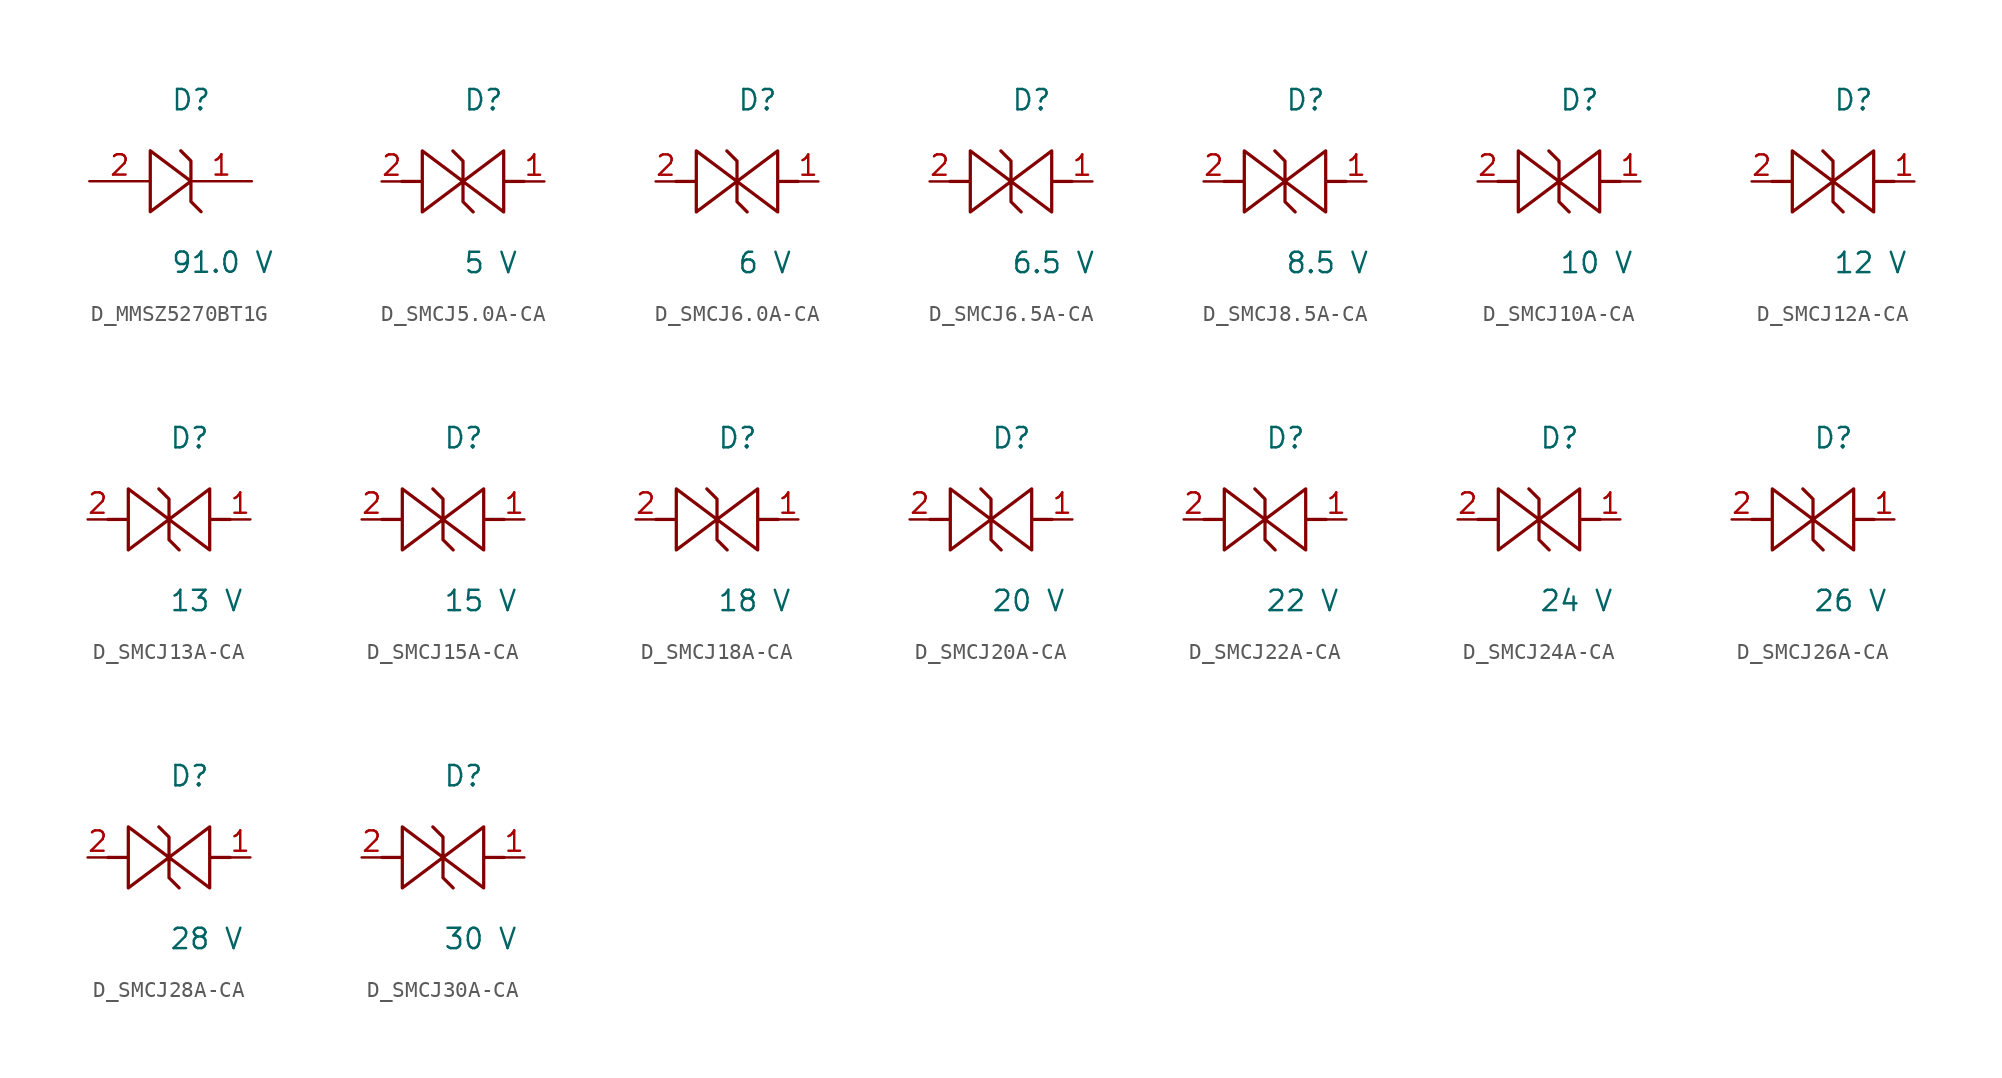
<source format=kicad_sym>
(kicad_symbol_lib
  (version 20231120)
  (generator kicad_symbol_editor)
  (generator_version 8.0)
  (symbol "D_MMSZ5270BT1G"
    (pin_names
      (offset 0.254))
    (property "Reference" "D"
      (at 0.0 5.08 0)
      (effects (font (size 1.27 1.27)) (justify left)))
    (property "Value" "91.0 V"
      (at 0.0 -5.08 0)
      (effects (font (size 1.27 1.27)) (justify left)))
    (symbol "D_MMSZ5270BT1G_1_0"
      (polyline (pts (xy 0.635 1.905) (xy 1.27 1.27) (xy 1.27 0) (xy -1.27 1.905) (xy -1.27 -1.905) (xy 1.27 0) (xy 1.27 -1.27) (xy 1.905 -1.905)) (stroke (width 0.203) (type default)) (fill (type none)))
      (pin unspecified line (at 5.08 0 180) (length 3.81) (name "" (effects (font (size 1.27 1.27)))) (number "1" (effects (font (size 1.27 1.27)))))
      (pin unspecified line (at -5.08 0 0) (length 3.81) (name "" (effects (font (size 1.27 1.27)))) (number "2" (effects (font (size 1.27 1.27)))))))
  (symbol "D_SMCJ5.0A-CA"
    (pin_names
      (offset 0.254))
    (property "Reference" "D"
      (at 0.0 5.08 0)
      (effects (font (size 1.27 1.27)) (justify left)))
    (property "Value" "5 V"
      (at 0.0 -5.08 0)
      (effects (font (size 1.27 1.27)) (justify left)))
    (symbol "D_SMCJ5.0A-CA_1_0"
      (polyline (pts (xy 3.81 0) (xy 2.54 0) (xy 2.54 1.905) (xy 0 0) (xy 0 1.27) (xy -0.635 1.905) (xy 0 1.27) (xy 0 0) (xy -2.54 1.905) (xy -2.54 0) (xy -3.81 0) (xy -2.54 0) (xy -2.54 -1.905) (xy 0 0) (xy 0 -1.27) (xy 0.635 -1.905) (xy 0 -1.27) (xy 0 0) (xy 2.54 -1.905) (xy 2.54 0)) (stroke (width 0.203) (type default)) (fill (type none)))
      (pin unspecified line (at 5.08 0 180) (length 1.27) (name "" (effects (font (size 1.27 1.27)))) (number "1" (effects (font (size 1.27 1.27)))))
      (pin unspecified line (at -5.08 0 0) (length 1.27) (name "" (effects (font (size 1.27 1.27)))) (number "2" (effects (font (size 1.27 1.27)))))))
  (symbol "D_SMCJ6.0A-CA"
    (pin_names
      (offset 0.254))
    (property "Reference" "D"
      (at 0.0 5.08 0)
      (effects (font (size 1.27 1.27)) (justify left)))
    (property "Value" "6 V"
      (at 0.0 -5.08 0)
      (effects (font (size 1.27 1.27)) (justify left)))
    (symbol "D_SMCJ6.0A-CA_1_0"
      (polyline (pts (xy 3.81 0) (xy 2.54 0) (xy 2.54 1.905) (xy 0 0) (xy 0 1.27) (xy -0.635 1.905) (xy 0 1.27) (xy 0 0) (xy -2.54 1.905) (xy -2.54 0) (xy -3.81 0) (xy -2.54 0) (xy -2.54 -1.905) (xy 0 0) (xy 0 -1.27) (xy 0.635 -1.905) (xy 0 -1.27) (xy 0 0) (xy 2.54 -1.905) (xy 2.54 0)) (stroke (width 0.203) (type default)) (fill (type none)))
      (pin unspecified line (at 5.08 0 180) (length 1.27) (name "" (effects (font (size 1.27 1.27)))) (number "1" (effects (font (size 1.27 1.27)))))
      (pin unspecified line (at -5.08 0 0) (length 1.27) (name "" (effects (font (size 1.27 1.27)))) (number "2" (effects (font (size 1.27 1.27)))))))
  (symbol "D_SMCJ6.5A-CA"
    (pin_names
      (offset 0.254))
    (property "Reference" "D"
      (at 0.0 5.08 0)
      (effects (font (size 1.27 1.27)) (justify left)))
    (property "Value" "6.5 V"
      (at 0.0 -5.08 0)
      (effects (font (size 1.27 1.27)) (justify left)))
    (symbol "D_SMCJ6.5A-CA_1_0"
      (polyline (pts (xy 3.81 0) (xy 2.54 0) (xy 2.54 1.905) (xy 0 0) (xy 0 1.27) (xy -0.635 1.905) (xy 0 1.27) (xy 0 0) (xy -2.54 1.905) (xy -2.54 0) (xy -3.81 0) (xy -2.54 0) (xy -2.54 -1.905) (xy 0 0) (xy 0 -1.27) (xy 0.635 -1.905) (xy 0 -1.27) (xy 0 0) (xy 2.54 -1.905) (xy 2.54 0)) (stroke (width 0.203) (type default)) (fill (type none)))
      (pin unspecified line (at 5.08 0 180) (length 1.27) (name "" (effects (font (size 1.27 1.27)))) (number "1" (effects (font (size 1.27 1.27)))))
      (pin unspecified line (at -5.08 0 0) (length 1.27) (name "" (effects (font (size 1.27 1.27)))) (number "2" (effects (font (size 1.27 1.27)))))))
  (symbol "D_SMCJ8.5A-CA"
    (pin_names
      (offset 0.254))
    (property "Reference" "D"
      (at 0.0 5.08 0)
      (effects (font (size 1.27 1.27)) (justify left)))
    (property "Value" "8.5 V"
      (at 0.0 -5.08 0)
      (effects (font (size 1.27 1.27)) (justify left)))
    (symbol "D_SMCJ8.5A-CA_1_0"
      (polyline (pts (xy 3.81 0) (xy 2.54 0) (xy 2.54 1.905) (xy 0 0) (xy 0 1.27) (xy -0.635 1.905) (xy 0 1.27) (xy 0 0) (xy -2.54 1.905) (xy -2.54 0) (xy -3.81 0) (xy -2.54 0) (xy -2.54 -1.905) (xy 0 0) (xy 0 -1.27) (xy 0.635 -1.905) (xy 0 -1.27) (xy 0 0) (xy 2.54 -1.905) (xy 2.54 0)) (stroke (width 0.203) (type default)) (fill (type none)))
      (pin unspecified line (at 5.08 0 180) (length 1.27) (name "" (effects (font (size 1.27 1.27)))) (number "1" (effects (font (size 1.27 1.27)))))
      (pin unspecified line (at -5.08 0 0) (length 1.27) (name "" (effects (font (size 1.27 1.27)))) (number "2" (effects (font (size 1.27 1.27)))))))
  (symbol "D_SMCJ10A-CA"
    (pin_names
      (offset 0.254))
    (property "Reference" "D"
      (at 0.0 5.08 0)
      (effects (font (size 1.27 1.27)) (justify left)))
    (property "Value" "10 V"
      (at 0.0 -5.08 0)
      (effects (font (size 1.27 1.27)) (justify left)))
    (symbol "D_SMCJ10A-CA_1_0"
      (polyline (pts (xy 3.81 0) (xy 2.54 0) (xy 2.54 1.905) (xy 0 0) (xy 0 1.27) (xy -0.635 1.905) (xy 0 1.27) (xy 0 0) (xy -2.54 1.905) (xy -2.54 0) (xy -3.81 0) (xy -2.54 0) (xy -2.54 -1.905) (xy 0 0) (xy 0 -1.27) (xy 0.635 -1.905) (xy 0 -1.27) (xy 0 0) (xy 2.54 -1.905) (xy 2.54 0)) (stroke (width 0.203) (type default)) (fill (type none)))
      (pin unspecified line (at 5.08 0 180) (length 1.27) (name "" (effects (font (size 1.27 1.27)))) (number "1" (effects (font (size 1.27 1.27)))))
      (pin unspecified line (at -5.08 0 0) (length 1.27) (name "" (effects (font (size 1.27 1.27)))) (number "2" (effects (font (size 1.27 1.27)))))))
  (symbol "D_SMCJ12A-CA"
    (pin_names
      (offset 0.254))
    (property "Reference" "D"
      (at 0.0 5.08 0)
      (effects (font (size 1.27 1.27)) (justify left)))
    (property "Value" "12 V"
      (at 0.0 -5.08 0)
      (effects (font (size 1.27 1.27)) (justify left)))
    (symbol "D_SMCJ12A-CA_1_0"
      (polyline (pts (xy 3.81 0) (xy 2.54 0) (xy 2.54 1.905) (xy 0 0) (xy 0 1.27) (xy -0.635 1.905) (xy 0 1.27) (xy 0 0) (xy -2.54 1.905) (xy -2.54 0) (xy -3.81 0) (xy -2.54 0) (xy -2.54 -1.905) (xy 0 0) (xy 0 -1.27) (xy 0.635 -1.905) (xy 0 -1.27) (xy 0 0) (xy 2.54 -1.905) (xy 2.54 0)) (stroke (width 0.203) (type default)) (fill (type none)))
      (pin unspecified line (at 5.08 0 180) (length 1.27) (name "" (effects (font (size 1.27 1.27)))) (number "1" (effects (font (size 1.27 1.27)))))
      (pin unspecified line (at -5.08 0 0) (length 1.27) (name "" (effects (font (size 1.27 1.27)))) (number "2" (effects (font (size 1.27 1.27)))))))
  (symbol "D_SMCJ13A-CA"
    (pin_names
      (offset 0.254))
    (property "Reference" "D"
      (at 0.0 5.08 0)
      (effects (font (size 1.27 1.27)) (justify left)))
    (property "Value" "13 V"
      (at 0.0 -5.08 0)
      (effects (font (size 1.27 1.27)) (justify left)))
    (symbol "D_SMCJ13A-CA_1_0"
      (polyline (pts (xy 3.81 0) (xy 2.54 0) (xy 2.54 1.905) (xy 0 0) (xy 0 1.27) (xy -0.635 1.905) (xy 0 1.27) (xy 0 0) (xy -2.54 1.905) (xy -2.54 0) (xy -3.81 0) (xy -2.54 0) (xy -2.54 -1.905) (xy 0 0) (xy 0 -1.27) (xy 0.635 -1.905) (xy 0 -1.27) (xy 0 0) (xy 2.54 -1.905) (xy 2.54 0)) (stroke (width 0.203) (type default)) (fill (type none)))
      (pin unspecified line (at 5.08 0 180) (length 1.27) (name "" (effects (font (size 1.27 1.27)))) (number "1" (effects (font (size 1.27 1.27)))))
      (pin unspecified line (at -5.08 0 0) (length 1.27) (name "" (effects (font (size 1.27 1.27)))) (number "2" (effects (font (size 1.27 1.27)))))))
  (symbol "D_SMCJ15A-CA"
    (pin_names
      (offset 0.254))
    (property "Reference" "D"
      (at 0.0 5.08 0)
      (effects (font (size 1.27 1.27)) (justify left)))
    (property "Value" "15 V"
      (at 0.0 -5.08 0)
      (effects (font (size 1.27 1.27)) (justify left)))
    (symbol "D_SMCJ15A-CA_1_0"
      (polyline (pts (xy 3.81 0) (xy 2.54 0) (xy 2.54 1.905) (xy 0 0) (xy 0 1.27) (xy -0.635 1.905) (xy 0 1.27) (xy 0 0) (xy -2.54 1.905) (xy -2.54 0) (xy -3.81 0) (xy -2.54 0) (xy -2.54 -1.905) (xy 0 0) (xy 0 -1.27) (xy 0.635 -1.905) (xy 0 -1.27) (xy 0 0) (xy 2.54 -1.905) (xy 2.54 0)) (stroke (width 0.203) (type default)) (fill (type none)))
      (pin unspecified line (at 5.08 0 180) (length 1.27) (name "" (effects (font (size 1.27 1.27)))) (number "1" (effects (font (size 1.27 1.27)))))
      (pin unspecified line (at -5.08 0 0) (length 1.27) (name "" (effects (font (size 1.27 1.27)))) (number "2" (effects (font (size 1.27 1.27)))))))
  (symbol "D_SMCJ18A-CA"
    (pin_names
      (offset 0.254))
    (property "Reference" "D"
      (at 0.0 5.08 0)
      (effects (font (size 1.27 1.27)) (justify left)))
    (property "Value" "18 V"
      (at 0.0 -5.08 0)
      (effects (font (size 1.27 1.27)) (justify left)))
    (symbol "D_SMCJ18A-CA_1_0"
      (polyline (pts (xy 3.81 0) (xy 2.54 0) (xy 2.54 1.905) (xy 0 0) (xy 0 1.27) (xy -0.635 1.905) (xy 0 1.27) (xy 0 0) (xy -2.54 1.905) (xy -2.54 0) (xy -3.81 0) (xy -2.54 0) (xy -2.54 -1.905) (xy 0 0) (xy 0 -1.27) (xy 0.635 -1.905) (xy 0 -1.27) (xy 0 0) (xy 2.54 -1.905) (xy 2.54 0)) (stroke (width 0.203) (type default)) (fill (type none)))
      (pin unspecified line (at 5.08 0 180) (length 1.27) (name "" (effects (font (size 1.27 1.27)))) (number "1" (effects (font (size 1.27 1.27)))))
      (pin unspecified line (at -5.08 0 0) (length 1.27) (name "" (effects (font (size 1.27 1.27)))) (number "2" (effects (font (size 1.27 1.27)))))))
  (symbol "D_SMCJ20A-CA"
    (pin_names
      (offset 0.254))
    (property "Reference" "D"
      (at 0.0 5.08 0)
      (effects (font (size 1.27 1.27)) (justify left)))
    (property "Value" "20 V"
      (at 0.0 -5.08 0)
      (effects (font (size 1.27 1.27)) (justify left)))
    (symbol "D_SMCJ20A-CA_1_0"
      (polyline (pts (xy 3.81 0) (xy 2.54 0) (xy 2.54 1.905) (xy 0 0) (xy 0 1.27) (xy -0.635 1.905) (xy 0 1.27) (xy 0 0) (xy -2.54 1.905) (xy -2.54 0) (xy -3.81 0) (xy -2.54 0) (xy -2.54 -1.905) (xy 0 0) (xy 0 -1.27) (xy 0.635 -1.905) (xy 0 -1.27) (xy 0 0) (xy 2.54 -1.905) (xy 2.54 0)) (stroke (width 0.203) (type default)) (fill (type none)))
      (pin unspecified line (at 5.08 0 180) (length 1.27) (name "" (effects (font (size 1.27 1.27)))) (number "1" (effects (font (size 1.27 1.27)))))
      (pin unspecified line (at -5.08 0 0) (length 1.27) (name "" (effects (font (size 1.27 1.27)))) (number "2" (effects (font (size 1.27 1.27)))))))
  (symbol "D_SMCJ22A-CA"
    (pin_names
      (offset 0.254))
    (property "Reference" "D"
      (at 0.0 5.08 0)
      (effects (font (size 1.27 1.27)) (justify left)))
    (property "Value" "22 V"
      (at 0.0 -5.08 0)
      (effects (font (size 1.27 1.27)) (justify left)))
    (symbol "D_SMCJ22A-CA_1_0"
      (polyline (pts (xy 3.81 0) (xy 2.54 0) (xy 2.54 1.905) (xy 0 0) (xy 0 1.27) (xy -0.635 1.905) (xy 0 1.27) (xy 0 0) (xy -2.54 1.905) (xy -2.54 0) (xy -3.81 0) (xy -2.54 0) (xy -2.54 -1.905) (xy 0 0) (xy 0 -1.27) (xy 0.635 -1.905) (xy 0 -1.27) (xy 0 0) (xy 2.54 -1.905) (xy 2.54 0)) (stroke (width 0.203) (type default)) (fill (type none)))
      (pin unspecified line (at 5.08 0 180) (length 1.27) (name "" (effects (font (size 1.27 1.27)))) (number "1" (effects (font (size 1.27 1.27)))))
      (pin unspecified line (at -5.08 0 0) (length 1.27) (name "" (effects (font (size 1.27 1.27)))) (number "2" (effects (font (size 1.27 1.27)))))))
  (symbol "D_SMCJ24A-CA"
    (pin_names
      (offset 0.254))
    (property "Reference" "D"
      (at 0.0 5.08 0)
      (effects (font (size 1.27 1.27)) (justify left)))
    (property "Value" "24 V"
      (at 0.0 -5.08 0)
      (effects (font (size 1.27 1.27)) (justify left)))
    (symbol "D_SMCJ24A-CA_1_0"
      (polyline (pts (xy 3.81 0) (xy 2.54 0) (xy 2.54 1.905) (xy 0 0) (xy 0 1.27) (xy -0.635 1.905) (xy 0 1.27) (xy 0 0) (xy -2.54 1.905) (xy -2.54 0) (xy -3.81 0) (xy -2.54 0) (xy -2.54 -1.905) (xy 0 0) (xy 0 -1.27) (xy 0.635 -1.905) (xy 0 -1.27) (xy 0 0) (xy 2.54 -1.905) (xy 2.54 0)) (stroke (width 0.203) (type default)) (fill (type none)))
      (pin unspecified line (at 5.08 0 180) (length 1.27) (name "" (effects (font (size 1.27 1.27)))) (number "1" (effects (font (size 1.27 1.27)))))
      (pin unspecified line (at -5.08 0 0) (length 1.27) (name "" (effects (font (size 1.27 1.27)))) (number "2" (effects (font (size 1.27 1.27)))))))
  (symbol "D_SMCJ26A-CA"
    (pin_names
      (offset 0.254))
    (property "Reference" "D"
      (at 0.0 5.08 0)
      (effects (font (size 1.27 1.27)) (justify left)))
    (property "Value" "26 V"
      (at 0.0 -5.08 0)
      (effects (font (size 1.27 1.27)) (justify left)))
    (symbol "D_SMCJ26A-CA_1_0"
      (polyline (pts (xy 3.81 0) (xy 2.54 0) (xy 2.54 1.905) (xy 0 0) (xy 0 1.27) (xy -0.635 1.905) (xy 0 1.27) (xy 0 0) (xy -2.54 1.905) (xy -2.54 0) (xy -3.81 0) (xy -2.54 0) (xy -2.54 -1.905) (xy 0 0) (xy 0 -1.27) (xy 0.635 -1.905) (xy 0 -1.27) (xy 0 0) (xy 2.54 -1.905) (xy 2.54 0)) (stroke (width 0.203) (type default)) (fill (type none)))
      (pin unspecified line (at 5.08 0 180) (length 1.27) (name "" (effects (font (size 1.27 1.27)))) (number "1" (effects (font (size 1.27 1.27)))))
      (pin unspecified line (at -5.08 0 0) (length 1.27) (name "" (effects (font (size 1.27 1.27)))) (number "2" (effects (font (size 1.27 1.27)))))))
  (symbol "D_SMCJ28A-CA"
    (pin_names
      (offset 0.254))
    (property "Reference" "D"
      (at 0.0 5.08 0)
      (effects (font (size 1.27 1.27)) (justify left)))
    (property "Value" "28 V"
      (at 0.0 -5.08 0)
      (effects (font (size 1.27 1.27)) (justify left)))
    (symbol "D_SMCJ28A-CA_1_0"
      (polyline (pts (xy 3.81 0) (xy 2.54 0) (xy 2.54 1.905) (xy 0 0) (xy 0 1.27) (xy -0.635 1.905) (xy 0 1.27) (xy 0 0) (xy -2.54 1.905) (xy -2.54 0) (xy -3.81 0) (xy -2.54 0) (xy -2.54 -1.905) (xy 0 0) (xy 0 -1.27) (xy 0.635 -1.905) (xy 0 -1.27) (xy 0 0) (xy 2.54 -1.905) (xy 2.54 0)) (stroke (width 0.203) (type default)) (fill (type none)))
      (pin unspecified line (at 5.08 0 180) (length 1.27) (name "" (effects (font (size 1.27 1.27)))) (number "1" (effects (font (size 1.27 1.27)))))
      (pin unspecified line (at -5.08 0 0) (length 1.27) (name "" (effects (font (size 1.27 1.27)))) (number "2" (effects (font (size 1.27 1.27)))))))
  (symbol "D_SMCJ30A-CA"
    (pin_names
      (offset 0.254))
    (property "Reference" "D"
      (at 0.0 5.08 0)
      (effects (font (size 1.27 1.27)) (justify left)))
    (property "Value" "30 V"
      (at 0.0 -5.08 0)
      (effects (font (size 1.27 1.27)) (justify left)))
    (symbol "D_SMCJ30A-CA_1_0"
      (polyline (pts (xy 3.81 0) (xy 2.54 0) (xy 2.54 1.905) (xy 0 0) (xy 0 1.27) (xy -0.635 1.905) (xy 0 1.27) (xy 0 0) (xy -2.54 1.905) (xy -2.54 0) (xy -3.81 0) (xy -2.54 0) (xy -2.54 -1.905) (xy 0 0) (xy 0 -1.27) (xy 0.635 -1.905) (xy 0 -1.27) (xy 0 0) (xy 2.54 -1.905) (xy 2.54 0)) (stroke (width 0.203) (type default)) (fill (type none)))
      (pin unspecified line (at 5.08 0 180) (length 1.27) (name "" (effects (font (size 1.27 1.27)))) (number "1" (effects (font (size 1.27 1.27)))))
      (pin unspecified line (at -5.08 0 0) (length 1.27) (name "" (effects (font (size 1.27 1.27)))) (number "2" (effects (font (size 1.27 1.27))))))))
</source>
